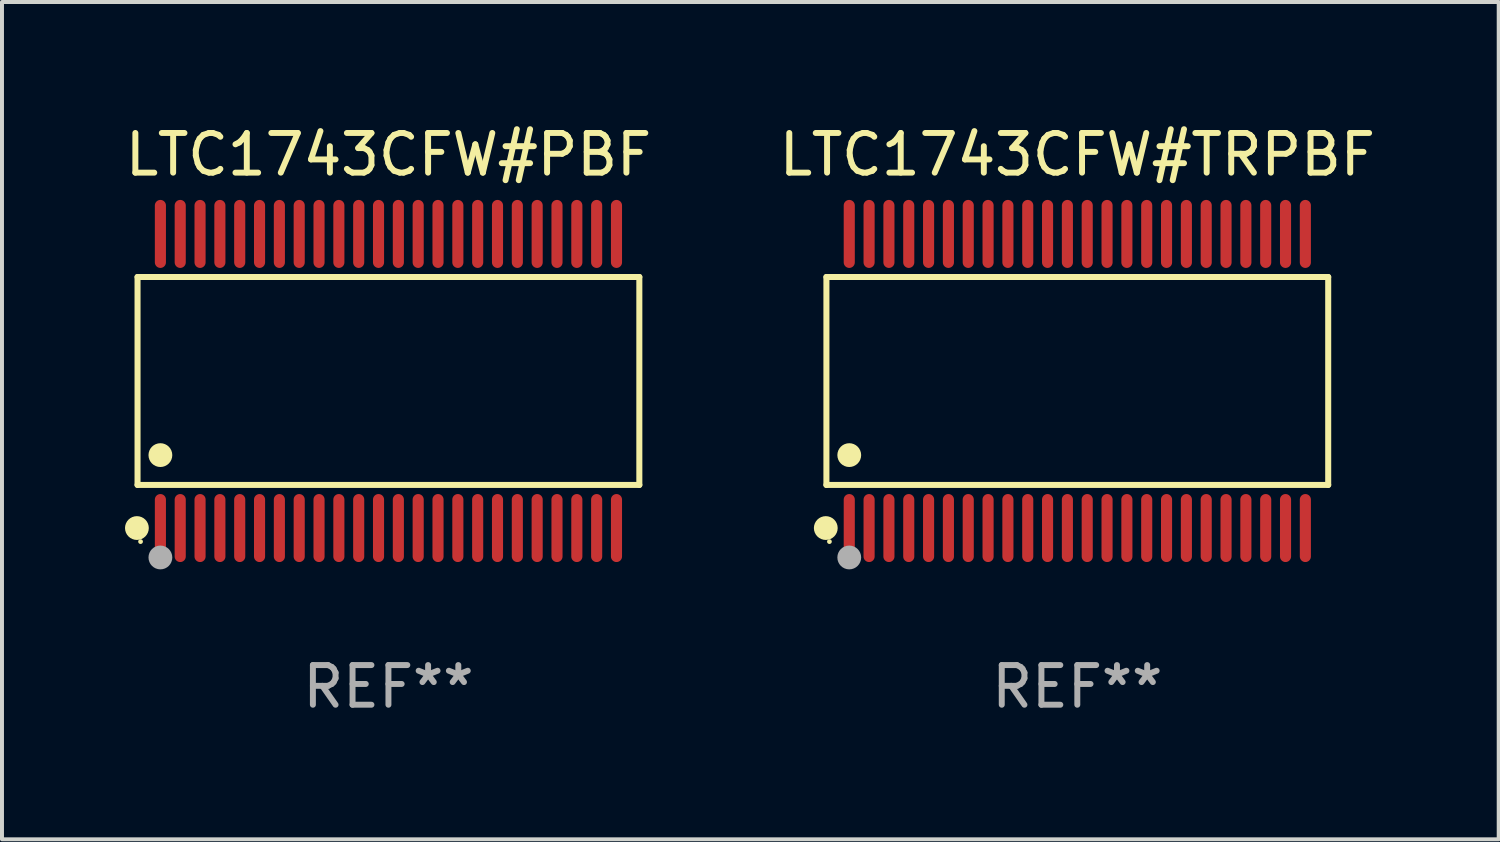
<source format=kicad_pcb>
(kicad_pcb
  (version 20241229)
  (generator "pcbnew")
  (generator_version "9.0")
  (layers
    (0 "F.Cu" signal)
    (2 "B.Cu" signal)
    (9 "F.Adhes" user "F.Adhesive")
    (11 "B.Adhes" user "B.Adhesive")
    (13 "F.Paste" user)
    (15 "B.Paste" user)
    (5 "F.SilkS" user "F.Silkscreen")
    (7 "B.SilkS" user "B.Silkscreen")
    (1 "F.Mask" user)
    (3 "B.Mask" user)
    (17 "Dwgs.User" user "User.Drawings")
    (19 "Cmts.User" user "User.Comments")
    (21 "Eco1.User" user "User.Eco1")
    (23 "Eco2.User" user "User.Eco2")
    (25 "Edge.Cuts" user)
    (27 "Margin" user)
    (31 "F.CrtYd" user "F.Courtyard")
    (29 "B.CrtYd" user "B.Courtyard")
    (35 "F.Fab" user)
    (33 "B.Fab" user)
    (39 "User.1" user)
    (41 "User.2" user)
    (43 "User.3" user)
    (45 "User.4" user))
  (footprint "LTC1743CFW#TRPBF"
    (layer "F.Cu")
    (at 24.113 6.556)
    (property "Reference" "LTC1743CFW#TRPBF" (at 0 -5.708 0) (layer "F.SilkS") (effects (font (size 1 1) (thickness 0.15))))
    (attr through_hole)
    (fp_line (start -6.326 -2.622) (end 6.326 -2.622) (stroke (width 0.152) (type solid)) (layer "F.SilkS"))
    (fp_line (start -6.326 2.621) (end -6.326 -2.622) (stroke (width 0.152) (type solid)) (layer "F.SilkS"))
    (fp_line (start 6.326 -2.622) (end 6.326 2.621) (stroke (width 0.152) (type solid)) (layer "F.SilkS"))
    (fp_line (start 6.326 2.621) (end -6.326 2.621) (stroke (width 0.152) (type solid)) (layer "F.SilkS"))
    (fp_circle (center -6.342 3.708) (end -6.192 3.708) (stroke (width 0.3) (type solid)) (fill no) (layer "F.SilkS"))
    (fp_circle (center -6.25 4.05) (end -6.22 4.05) (stroke (width 0.06) (type solid)) (fill no) (layer "F.SilkS"))
    (fp_circle (center -5.75 1.869) (end -5.6 1.869) (stroke (width 0.3) (type solid)) (fill no) (layer "F.SilkS"))
    (fp_circle (center -5.75 4.45) (end -5.6 4.45) (stroke (width 0.3) (type solid)) (fill no) (layer "F.Fab"))
    (fp_text user "REF**" (at 0 7.708 0) (layer "F.Fab") (effects (font (size 1 1) (thickness 0.15))))
    (pad "1" smd oval (at -5.75 3.708) (size 0.28 1.715) (layers "F.Cu" "F.Mask" "F.Paste"))
    (pad "2" smd oval (at -5.25 3.708) (size 0.28 1.715) (layers "F.Cu" "F.Mask" "F.Paste"))
    (pad "3" smd oval (at -4.75 3.708) (size 0.28 1.715) (layers "F.Cu" "F.Mask" "F.Paste"))
    (pad "4" smd oval (at -4.25 3.708) (size 0.28 1.715) (layers "F.Cu" "F.Mask" "F.Paste"))
    (pad "5" smd oval (at -3.75 3.708) (size 0.28 1.715) (layers "F.Cu" "F.Mask" "F.Paste"))
    (pad "6" smd oval (at -3.25 3.708) (size 0.28 1.715) (layers "F.Cu" "F.Mask" "F.Paste"))
    (pad "7" smd oval (at -2.75 3.708) (size 0.28 1.715) (layers "F.Cu" "F.Mask" "F.Paste"))
    (pad "8" smd oval (at -2.25 3.708) (size 0.28 1.715) (layers "F.Cu" "F.Mask" "F.Paste"))
    (pad "9" smd oval (at -1.75 3.708) (size 0.28 1.715) (layers "F.Cu" "F.Mask" "F.Paste"))
    (pad "10" smd oval (at -1.25 3.708) (size 0.28 1.715) (layers "F.Cu" "F.Mask" "F.Paste"))
    (pad "11" smd oval (at -0.75 3.708) (size 0.28 1.715) (layers "F.Cu" "F.Mask" "F.Paste"))
    (pad "12" smd oval (at -0.25 3.708) (size 0.28 1.715) (layers "F.Cu" "F.Mask" "F.Paste"))
    (pad "13" smd oval (at 0.25 3.708) (size 0.28 1.715) (layers "F.Cu" "F.Mask" "F.Paste"))
    (pad "14" smd oval (at 0.75 3.708) (size 0.28 1.715) (layers "F.Cu" "F.Mask" "F.Paste"))
    (pad "15" smd oval (at 1.25 3.708) (size 0.28 1.715) (layers "F.Cu" "F.Mask" "F.Paste"))
    (pad "16" smd oval (at 1.75 3.708) (size 0.28 1.715) (layers "F.Cu" "F.Mask" "F.Paste"))
    (pad "17" smd oval (at 2.25 3.708) (size 0.28 1.715) (layers "F.Cu" "F.Mask" "F.Paste"))
    (pad "18" smd oval (at 2.75 3.708) (size 0.28 1.715) (layers "F.Cu" "F.Mask" "F.Paste"))
    (pad "19" smd oval (at 3.25 3.708) (size 0.28 1.715) (layers "F.Cu" "F.Mask" "F.Paste"))
    (pad "20" smd oval (at 3.75 3.708) (size 0.28 1.715) (layers "F.Cu" "F.Mask" "F.Paste"))
    (pad "21" smd oval (at 4.25 3.708) (size 0.28 1.715) (layers "F.Cu" "F.Mask" "F.Paste"))
    (pad "22" smd oval (at 4.75 3.708) (size 0.28 1.715) (layers "F.Cu" "F.Mask" "F.Paste"))
    (pad "23" smd oval (at 5.25 3.708) (size 0.28 1.715) (layers "F.Cu" "F.Mask" "F.Paste"))
    (pad "24" smd oval (at 5.75 3.708) (size 0.28 1.715) (layers "F.Cu" "F.Mask" "F.Paste"))
    (pad "25" smd oval (at 5.75 -3.708) (size 0.28 1.715) (layers "F.Cu" "F.Mask" "F.Paste"))
    (pad "26" smd oval (at 5.25 -3.708) (size 0.28 1.715) (layers "F.Cu" "F.Mask" "F.Paste"))
    (pad "27" smd oval (at 4.75 -3.708) (size 0.28 1.715) (layers "F.Cu" "F.Mask" "F.Paste"))
    (pad "28" smd oval (at 4.25 -3.708) (size 0.28 1.715) (layers "F.Cu" "F.Mask" "F.Paste"))
    (pad "29" smd oval (at 3.75 -3.708) (size 0.28 1.715) (layers "F.Cu" "F.Mask" "F.Paste"))
    (pad "30" smd oval (at 3.25 -3.708) (size 0.28 1.715) (layers "F.Cu" "F.Mask" "F.Paste"))
    (pad "31" smd oval (at 2.75 -3.708) (size 0.28 1.715) (layers "F.Cu" "F.Mask" "F.Paste"))
    (pad "32" smd oval (at 2.25 -3.708) (size 0.28 1.715) (layers "F.Cu" "F.Mask" "F.Paste"))
    (pad "33" smd oval (at 1.75 -3.708) (size 0.28 1.715) (layers "F.Cu" "F.Mask" "F.Paste"))
    (pad "34" smd oval (at 1.25 -3.708) (size 0.28 1.715) (layers "F.Cu" "F.Mask" "F.Paste"))
    (pad "35" smd oval (at 0.75 -3.708) (size 0.28 1.715) (layers "F.Cu" "F.Mask" "F.Paste"))
    (pad "36" smd oval (at 0.25 -3.708) (size 0.28 1.715) (layers "F.Cu" "F.Mask" "F.Paste"))
    (pad "37" smd oval (at -0.25 -3.708) (size 0.28 1.715) (layers "F.Cu" "F.Mask" "F.Paste"))
    (pad "38" smd oval (at -0.75 -3.708) (size 0.28 1.715) (layers "F.Cu" "F.Mask" "F.Paste"))
    (pad "39" smd oval (at -1.25 -3.708) (size 0.28 1.715) (layers "F.Cu" "F.Mask" "F.Paste"))
    (pad "40" smd oval (at -1.75 -3.708) (size 0.28 1.715) (layers "F.Cu" "F.Mask" "F.Paste"))
    (pad "41" smd oval (at -2.25 -3.708) (size 0.28 1.715) (layers "F.Cu" "F.Mask" "F.Paste"))
    (pad "42" smd oval (at -2.75 -3.708) (size 0.28 1.715) (layers "F.Cu" "F.Mask" "F.Paste"))
    (pad "43" smd oval (at -3.25 -3.708) (size 0.28 1.715) (layers "F.Cu" "F.Mask" "F.Paste"))
    (pad "44" smd oval (at -3.75 -3.708) (size 0.28 1.715) (layers "F.Cu" "F.Mask" "F.Paste"))
    (pad "45" smd oval (at -4.25 -3.708) (size 0.28 1.715) (layers "F.Cu" "F.Mask" "F.Paste"))
    (pad "46" smd oval (at -4.75 -3.708) (size 0.28 1.715) (layers "F.Cu" "F.Mask" "F.Paste"))
    (pad "47" smd oval (at -5.25 -3.708) (size 0.28 1.715) (layers "F.Cu" "F.Mask" "F.Paste"))
    (pad "48" smd oval (at -5.75 -3.708) (size 0.28 1.715) (layers "F.Cu" "F.Mask" "F.Paste")))
  (footprint "LTC1743CFW#PBF"
    (layer "F.Cu")
    (at 6.744 6.556)
    (property "Reference" "LTC1743CFW#PBF" (at 0 -5.708 0) (layer "F.SilkS") (effects (font (size 1 1) (thickness 0.15))))
    (attr through_hole)
    (fp_line (start -6.326 -2.622) (end 6.326 -2.622) (stroke (width 0.152) (type solid)) (layer "F.SilkS"))
    (fp_line (start -6.326 2.621) (end -6.326 -2.622) (stroke (width 0.152) (type solid)) (layer "F.SilkS"))
    (fp_line (start 6.326 -2.622) (end 6.326 2.621) (stroke (width 0.152) (type solid)) (layer "F.SilkS"))
    (fp_line (start 6.326 2.621) (end -6.326 2.621) (stroke (width 0.152) (type solid)) (layer "F.SilkS"))
    (fp_circle (center -6.342 3.708) (end -6.192 3.708) (stroke (width 0.3) (type solid)) (fill no) (layer "F.SilkS"))
    (fp_circle (center -6.25 4.05) (end -6.22 4.05) (stroke (width 0.06) (type solid)) (fill no) (layer "F.SilkS"))
    (fp_circle (center -5.75 1.869) (end -5.6 1.869) (stroke (width 0.3) (type solid)) (fill no) (layer "F.SilkS"))
    (fp_circle (center -5.75 4.45) (end -5.6 4.45) (stroke (width 0.3) (type solid)) (fill no) (layer "F.Fab"))
    (fp_text user "REF**" (at 0 7.708 0) (layer "F.Fab") (effects (font (size 1 1) (thickness 0.15))))
    (pad "1" smd oval (at -5.75 3.708) (size 0.28 1.715) (layers "F.Cu" "F.Mask" "F.Paste"))
    (pad "2" smd oval (at -5.25 3.708) (size 0.28 1.715) (layers "F.Cu" "F.Mask" "F.Paste"))
    (pad "3" smd oval (at -4.75 3.708) (size 0.28 1.715) (layers "F.Cu" "F.Mask" "F.Paste"))
    (pad "4" smd oval (at -4.25 3.708) (size 0.28 1.715) (layers "F.Cu" "F.Mask" "F.Paste"))
    (pad "5" smd oval (at -3.75 3.708) (size 0.28 1.715) (layers "F.Cu" "F.Mask" "F.Paste"))
    (pad "6" smd oval (at -3.25 3.708) (size 0.28 1.715) (layers "F.Cu" "F.Mask" "F.Paste"))
    (pad "7" smd oval (at -2.75 3.708) (size 0.28 1.715) (layers "F.Cu" "F.Mask" "F.Paste"))
    (pad "8" smd oval (at -2.25 3.708) (size 0.28 1.715) (layers "F.Cu" "F.Mask" "F.Paste"))
    (pad "9" smd oval (at -1.75 3.708) (size 0.28 1.715) (layers "F.Cu" "F.Mask" "F.Paste"))
    (pad "10" smd oval (at -1.25 3.708) (size 0.28 1.715) (layers "F.Cu" "F.Mask" "F.Paste"))
    (pad "11" smd oval (at -0.75 3.708) (size 0.28 1.715) (layers "F.Cu" "F.Mask" "F.Paste"))
    (pad "12" smd oval (at -0.25 3.708) (size 0.28 1.715) (layers "F.Cu" "F.Mask" "F.Paste"))
    (pad "13" smd oval (at 0.25 3.708) (size 0.28 1.715) (layers "F.Cu" "F.Mask" "F.Paste"))
    (pad "14" smd oval (at 0.75 3.708) (size 0.28 1.715) (layers "F.Cu" "F.Mask" "F.Paste"))
    (pad "15" smd oval (at 1.25 3.708) (size 0.28 1.715) (layers "F.Cu" "F.Mask" "F.Paste"))
    (pad "16" smd oval (at 1.75 3.708) (size 0.28 1.715) (layers "F.Cu" "F.Mask" "F.Paste"))
    (pad "17" smd oval (at 2.25 3.708) (size 0.28 1.715) (layers "F.Cu" "F.Mask" "F.Paste"))
    (pad "18" smd oval (at 2.75 3.708) (size 0.28 1.715) (layers "F.Cu" "F.Mask" "F.Paste"))
    (pad "19" smd oval (at 3.25 3.708) (size 0.28 1.715) (layers "F.Cu" "F.Mask" "F.Paste"))
    (pad "20" smd oval (at 3.75 3.708) (size 0.28 1.715) (layers "F.Cu" "F.Mask" "F.Paste"))
    (pad "21" smd oval (at 4.25 3.708) (size 0.28 1.715) (layers "F.Cu" "F.Mask" "F.Paste"))
    (pad "22" smd oval (at 4.75 3.708) (size 0.28 1.715) (layers "F.Cu" "F.Mask" "F.Paste"))
    (pad "23" smd oval (at 5.25 3.708) (size 0.28 1.715) (layers "F.Cu" "F.Mask" "F.Paste"))
    (pad "24" smd oval (at 5.75 3.708) (size 0.28 1.715) (layers "F.Cu" "F.Mask" "F.Paste"))
    (pad "25" smd oval (at 5.75 -3.708) (size 0.28 1.715) (layers "F.Cu" "F.Mask" "F.Paste"))
    (pad "26" smd oval (at 5.25 -3.708) (size 0.28 1.715) (layers "F.Cu" "F.Mask" "F.Paste"))
    (pad "27" smd oval (at 4.75 -3.708) (size 0.28 1.715) (layers "F.Cu" "F.Mask" "F.Paste"))
    (pad "28" smd oval (at 4.25 -3.708) (size 0.28 1.715) (layers "F.Cu" "F.Mask" "F.Paste"))
    (pad "29" smd oval (at 3.75 -3.708) (size 0.28 1.715) (layers "F.Cu" "F.Mask" "F.Paste"))
    (pad "30" smd oval (at 3.25 -3.708) (size 0.28 1.715) (layers "F.Cu" "F.Mask" "F.Paste"))
    (pad "31" smd oval (at 2.75 -3.708) (size 0.28 1.715) (layers "F.Cu" "F.Mask" "F.Paste"))
    (pad "32" smd oval (at 2.25 -3.708) (size 0.28 1.715) (layers "F.Cu" "F.Mask" "F.Paste"))
    (pad "33" smd oval (at 1.75 -3.708) (size 0.28 1.715) (layers "F.Cu" "F.Mask" "F.Paste"))
    (pad "34" smd oval (at 1.25 -3.708) (size 0.28 1.715) (layers "F.Cu" "F.Mask" "F.Paste"))
    (pad "35" smd oval (at 0.75 -3.708) (size 0.28 1.715) (layers "F.Cu" "F.Mask" "F.Paste"))
    (pad "36" smd oval (at 0.25 -3.708) (size 0.28 1.715) (layers "F.Cu" "F.Mask" "F.Paste"))
    (pad "37" smd oval (at -0.25 -3.708) (size 0.28 1.715) (layers "F.Cu" "F.Mask" "F.Paste"))
    (pad "38" smd oval (at -0.75 -3.708) (size 0.28 1.715) (layers "F.Cu" "F.Mask" "F.Paste"))
    (pad "39" smd oval (at -1.25 -3.708) (size 0.28 1.715) (layers "F.Cu" "F.Mask" "F.Paste"))
    (pad "40" smd oval (at -1.75 -3.708) (size 0.28 1.715) (layers "F.Cu" "F.Mask" "F.Paste"))
    (pad "41" smd oval (at -2.25 -3.708) (size 0.28 1.715) (layers "F.Cu" "F.Mask" "F.Paste"))
    (pad "42" smd oval (at -2.75 -3.708) (size 0.28 1.715) (layers "F.Cu" "F.Mask" "F.Paste"))
    (pad "43" smd oval (at -3.25 -3.708) (size 0.28 1.715) (layers "F.Cu" "F.Mask" "F.Paste"))
    (pad "44" smd oval (at -3.75 -3.708) (size 0.28 1.715) (layers "F.Cu" "F.Mask" "F.Paste"))
    (pad "45" smd oval (at -4.25 -3.708) (size 0.28 1.715) (layers "F.Cu" "F.Mask" "F.Paste"))
    (pad "46" smd oval (at -4.75 -3.708) (size 0.28 1.715) (layers "F.Cu" "F.Mask" "F.Paste"))
    (pad "47" smd oval (at -5.25 -3.708) (size 0.28 1.715) (layers "F.Cu" "F.Mask" "F.Paste"))
    (pad "48" smd oval (at -5.75 -3.708) (size 0.28 1.715) (layers "F.Cu" "F.Mask" "F.Paste")))
  (gr_rect
    (start -3 -3)
    (end 34.738 18.112)
    (stroke (width 0.1) (type default))
    (fill no)
    (layer "Edge.Cuts")))
</source>
